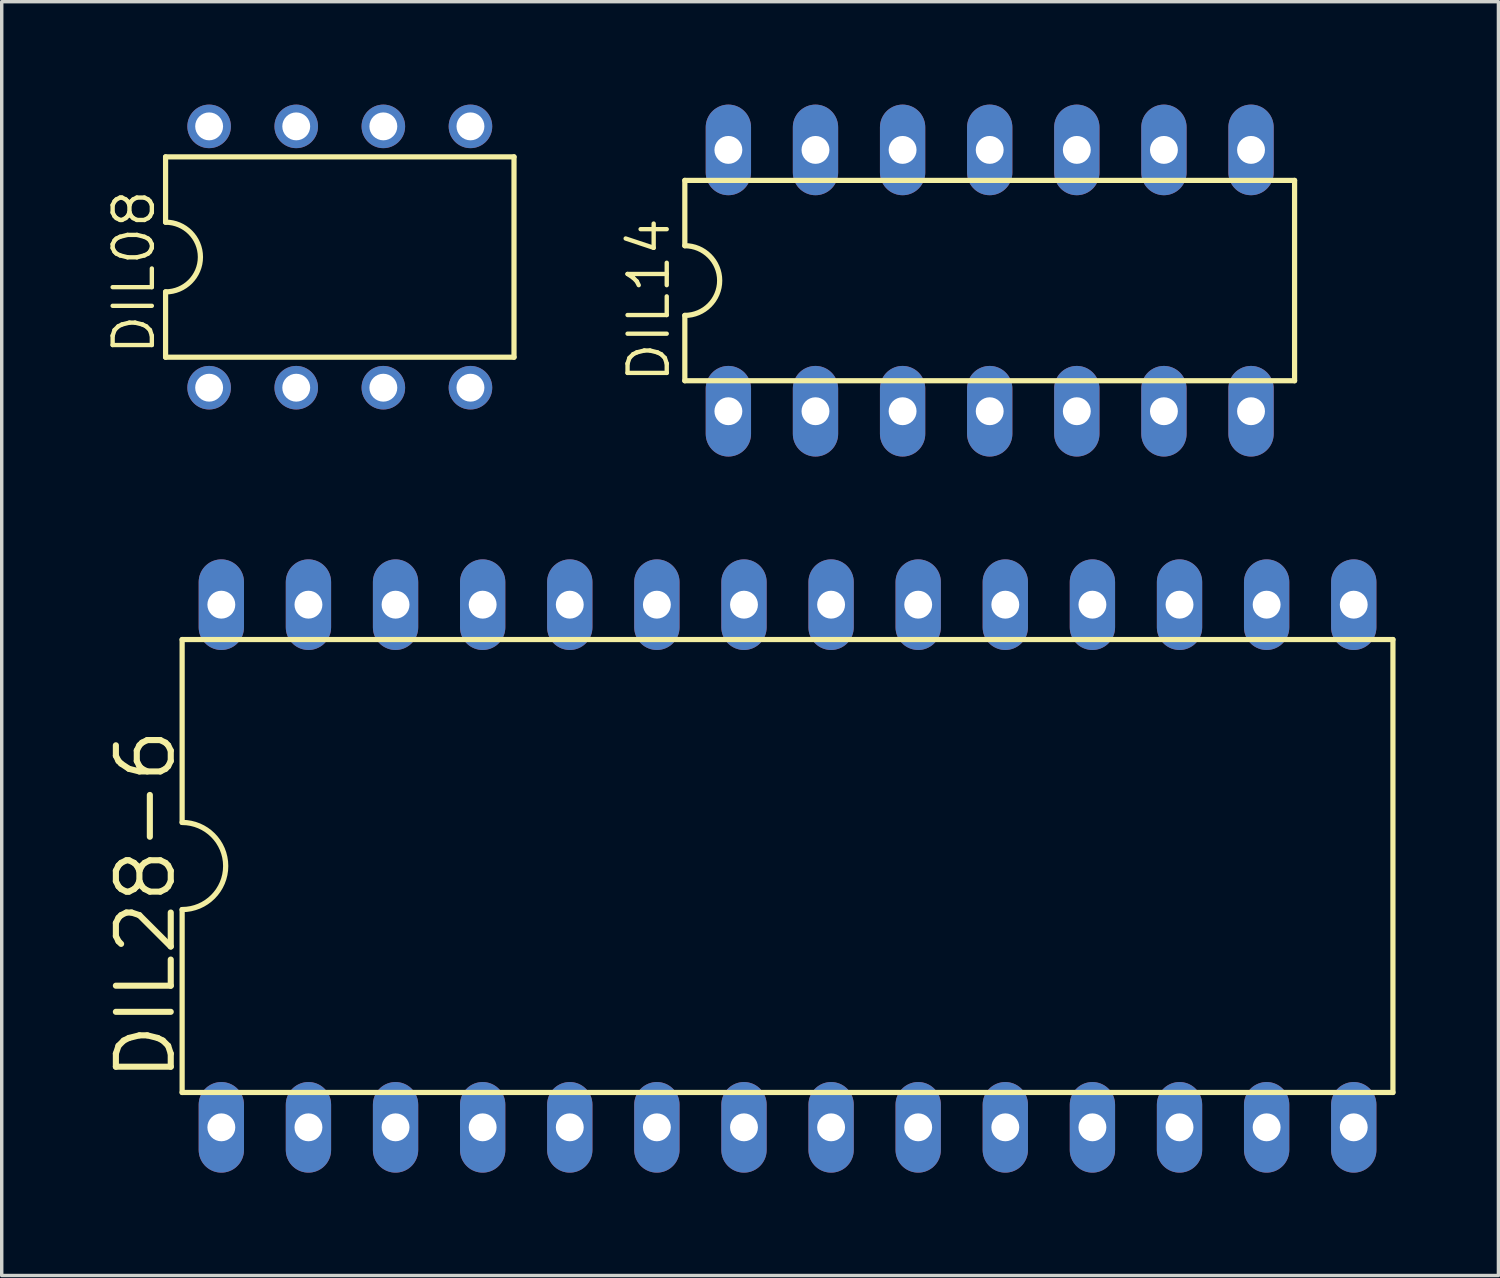
<source format=kicad_pcb>
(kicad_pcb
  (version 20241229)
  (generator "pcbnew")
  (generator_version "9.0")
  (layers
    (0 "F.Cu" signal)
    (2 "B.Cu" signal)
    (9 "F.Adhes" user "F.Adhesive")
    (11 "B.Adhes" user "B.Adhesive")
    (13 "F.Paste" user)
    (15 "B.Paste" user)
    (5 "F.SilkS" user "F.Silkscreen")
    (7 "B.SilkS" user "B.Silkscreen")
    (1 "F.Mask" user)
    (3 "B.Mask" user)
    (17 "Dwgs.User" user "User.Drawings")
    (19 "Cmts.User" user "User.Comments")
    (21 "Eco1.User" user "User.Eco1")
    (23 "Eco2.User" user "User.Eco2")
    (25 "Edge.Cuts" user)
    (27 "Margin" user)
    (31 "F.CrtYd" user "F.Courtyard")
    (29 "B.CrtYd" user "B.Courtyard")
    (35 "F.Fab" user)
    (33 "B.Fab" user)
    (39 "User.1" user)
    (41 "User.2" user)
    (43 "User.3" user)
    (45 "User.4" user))
  (footprint "DIL14"
    (layer "F.Cu")
    (at 25.809 5.131)
    (property "Reference" "DIL14" (at -9.271 3.048 90) (layer "F.SilkS") (effects (font (size 1.143 1.143) (thickness 0.127)) (justify left bottom)))
    (fp_line (start -8.89 -2.921) (end -8.89 -1.016) (stroke (width 0.152) (type solid)) (layer "F.SilkS"))
    (fp_line (start -8.89 2.921) (end -8.89 1.016) (stroke (width 0.152) (type solid)) (layer "F.SilkS"))
    (fp_line (start -8.89 2.921) (end 8.89 2.921) (stroke (width 0.152) (type solid)) (layer "F.SilkS"))
    (fp_line (start 8.89 -2.921) (end -8.89 -2.921) (stroke (width 0.152) (type solid)) (layer "F.SilkS"))
    (fp_line (start 8.89 -2.921) (end 8.89 2.921) (stroke (width 0.152) (type solid)) (layer "F.SilkS"))
    (fp_arc (start -8.89 -1.016) (mid -7.874 0) (end -8.89 1.016) (stroke (width 0.1524) (type solid)) (layer "F.SilkS"))
    (pad "1" thru_hole oval (at -7.62 3.81 90) (size 2.642 1.321) (drill 0.813) (layers "*.Cu" "*.Mask"))
    (pad "2" thru_hole oval (at -5.08 3.81 90) (size 2.642 1.321) (drill 0.813) (layers "*.Cu" "*.Mask"))
    (pad "3" thru_hole oval (at -2.54 3.81 90) (size 2.642 1.321) (drill 0.813) (layers "*.Cu" "*.Mask"))
    (pad "4" thru_hole oval (at 0 3.81 90) (size 2.642 1.321) (drill 0.813) (layers "*.Cu" "*.Mask"))
    (pad "5" thru_hole oval (at 2.54 3.81 90) (size 2.642 1.321) (drill 0.813) (layers "*.Cu" "*.Mask"))
    (pad "6" thru_hole oval (at 5.08 3.81 90) (size 2.642 1.321) (drill 0.813) (layers "*.Cu" "*.Mask"))
    (pad "7" thru_hole oval (at 7.62 3.81 90) (size 2.642 1.321) (drill 0.813) (layers "*.Cu" "*.Mask"))
    (pad "8" thru_hole oval (at 7.62 -3.81 90) (size 2.642 1.321) (drill 0.813) (layers "*.Cu" "*.Mask"))
    (pad "9" thru_hole oval (at 5.08 -3.81 90) (size 2.642 1.321) (drill 0.813) (layers "*.Cu" "*.Mask"))
    (pad "10" thru_hole oval (at 2.54 -3.81 90) (size 2.642 1.321) (drill 0.813) (layers "*.Cu" "*.Mask"))
    (pad "11" thru_hole oval (at 0 -3.81 90) (size 2.642 1.321) (drill 0.813) (layers "*.Cu" "*.Mask"))
    (pad "12" thru_hole oval (at -2.54 -3.81 90) (size 2.642 1.321) (drill 0.813) (layers "*.Cu" "*.Mask"))
    (pad "13" thru_hole oval (at -5.08 -3.81 90) (size 2.642 1.321) (drill 0.813) (layers "*.Cu" "*.Mask"))
    (pad "14" thru_hole oval (at -7.62 -3.81 90) (size 2.642 1.321) (drill 0.813) (layers "*.Cu" "*.Mask")))
  (footprint "DIL28-6"
    (layer "F.Cu")
    (at 19.914 22.202)
    (property "Reference" "DIL28-6" (at -17.78 6.35 90) (layer "F.SilkS") (effects (font (size 1.6 1.6) (thickness 0.178)) (justify left bottom)))
    (fp_line (start -17.653 -6.604) (end -17.653 -1.27) (stroke (width 0.152) (type solid)) (layer "F.SilkS"))
    (fp_line (start -17.653 -6.604) (end 17.653 -6.604) (stroke (width 0.152) (type solid)) (layer "F.SilkS"))
    (fp_line (start -17.653 1.27) (end -17.653 6.604) (stroke (width 0.152) (type solid)) (layer "F.SilkS"))
    (fp_line (start -17.653 6.604) (end 17.653 6.604) (stroke (width 0.152) (type solid)) (layer "F.SilkS"))
    (fp_line (start 17.653 6.604) (end 17.653 -6.604) (stroke (width 0.152) (type solid)) (layer "F.SilkS"))
    (fp_arc (start -17.653 -1.27) (mid -16.383 0) (end -17.653 1.27) (stroke (width 0.1524) (type solid)) (layer "F.SilkS"))
    (pad "1" thru_hole oval (at -16.51 7.62 90) (size 2.642 1.321) (drill 0.813) (layers "*.Cu" "*.Mask"))
    (pad "2" thru_hole oval (at -13.97 7.62 90) (size 2.642 1.321) (drill 0.813) (layers "*.Cu" "*.Mask"))
    (pad "3" thru_hole oval (at -11.43 7.62 90) (size 2.642 1.321) (drill 0.813) (layers "*.Cu" "*.Mask"))
    (pad "4" thru_hole oval (at -8.89 7.62 90) (size 2.642 1.321) (drill 0.813) (layers "*.Cu" "*.Mask"))
    (pad "5" thru_hole oval (at -6.35 7.62 90) (size 2.642 1.321) (drill 0.813) (layers "*.Cu" "*.Mask"))
    (pad "6" thru_hole oval (at -3.81 7.62 90) (size 2.642 1.321) (drill 0.813) (layers "*.Cu" "*.Mask"))
    (pad "7" thru_hole oval (at -1.27 7.62 90) (size 2.642 1.321) (drill 0.813) (layers "*.Cu" "*.Mask"))
    (pad "8" thru_hole oval (at 1.27 7.62 90) (size 2.642 1.321) (drill 0.813) (layers "*.Cu" "*.Mask"))
    (pad "9" thru_hole oval (at 3.81 7.62 90) (size 2.642 1.321) (drill 0.813) (layers "*.Cu" "*.Mask"))
    (pad "10" thru_hole oval (at 6.35 7.62 90) (size 2.642 1.321) (drill 0.813) (layers "*.Cu" "*.Mask"))
    (pad "11" thru_hole oval (at 8.89 7.62 90) (size 2.642 1.321) (drill 0.813) (layers "*.Cu" "*.Mask"))
    (pad "12" thru_hole oval (at 11.43 7.62 90) (size 2.642 1.321) (drill 0.813) (layers "*.Cu" "*.Mask"))
    (pad "13" thru_hole oval (at 13.97 7.62 90) (size 2.642 1.321) (drill 0.813) (layers "*.Cu" "*.Mask"))
    (pad "14" thru_hole oval (at 16.51 7.62 90) (size 2.642 1.321) (drill 0.813) (layers "*.Cu" "*.Mask"))
    (pad "15" thru_hole oval (at 16.51 -7.62 90) (size 2.642 1.321) (drill 0.813) (layers "*.Cu" "*.Mask"))
    (pad "16" thru_hole oval (at 13.97 -7.62 90) (size 2.642 1.321) (drill 0.813) (layers "*.Cu" "*.Mask"))
    (pad "17" thru_hole oval (at 11.43 -7.62 90) (size 2.642 1.321) (drill 0.813) (layers "*.Cu" "*.Mask"))
    (pad "18" thru_hole oval (at 8.89 -7.62 90) (size 2.642 1.321) (drill 0.813) (layers "*.Cu" "*.Mask"))
    (pad "19" thru_hole oval (at 6.35 -7.62 90) (size 2.642 1.321) (drill 0.813) (layers "*.Cu" "*.Mask"))
    (pad "20" thru_hole oval (at 3.81 -7.62 90) (size 2.642 1.321) (drill 0.813) (layers "*.Cu" "*.Mask"))
    (pad "21" thru_hole oval (at 1.27 -7.62 90) (size 2.642 1.321) (drill 0.813) (layers "*.Cu" "*.Mask"))
    (pad "22" thru_hole oval (at -1.27 -7.62 90) (size 2.642 1.321) (drill 0.813) (layers "*.Cu" "*.Mask"))
    (pad "23" thru_hole oval (at -3.81 -7.62 90) (size 2.642 1.321) (drill 0.813) (layers "*.Cu" "*.Mask"))
    (pad "24" thru_hole oval (at -6.35 -7.62 90) (size 2.642 1.321) (drill 0.813) (layers "*.Cu" "*.Mask"))
    (pad "25" thru_hole oval (at -8.89 -7.62 90) (size 2.642 1.321) (drill 0.813) (layers "*.Cu" "*.Mask"))
    (pad "26" thru_hole oval (at -11.43 -7.62 90) (size 2.642 1.321) (drill 0.813) (layers "*.Cu" "*.Mask"))
    (pad "27" thru_hole oval (at -13.97 -7.62 90) (size 2.642 1.321) (drill 0.813) (layers "*.Cu" "*.Mask"))
    (pad "28" thru_hole oval (at -16.51 -7.62 90) (size 2.642 1.321) (drill 0.813) (layers "*.Cu" "*.Mask")))
  (footprint "DIL08"
    (layer "F.Cu")
    (at 6.858 4.445)
    (property "Reference" "DIL08" (at -5.334 2.921 90) (layer "F.SilkS") (effects (font (size 1.143 1.143) (thickness 0.127)) (justify left bottom)))
    (fp_line (start -5.08 -2.921) (end -5.08 -1.016) (stroke (width 0.152) (type solid)) (layer "F.SilkS"))
    (fp_line (start -5.08 2.921) (end -5.08 1.016) (stroke (width 0.152) (type solid)) (layer "F.SilkS"))
    (fp_line (start -5.08 2.921) (end 5.08 2.921) (stroke (width 0.152) (type solid)) (layer "F.SilkS"))
    (fp_line (start 5.08 -2.921) (end -5.08 -2.921) (stroke (width 0.152) (type solid)) (layer "F.SilkS"))
    (fp_line (start 5.08 -2.921) (end 5.08 2.921) (stroke (width 0.152) (type solid)) (layer "F.SilkS"))
    (fp_arc (start -5.08 -1.016) (mid -4.064 0) (end -5.08 1.016) (stroke (width 0.1524) (type solid)) (layer "F.SilkS"))
    (pad "1" thru_hole circle (at -3.81 3.81 90) (size 1.27 1.27) (drill 0.813) (layers "*.Cu" "*.Mask"))
    (pad "2" thru_hole circle (at -1.27 3.81 90) (size 1.27 1.27) (drill 0.813) (layers "*.Cu" "*.Mask"))
    (pad "3" thru_hole circle (at 1.27 3.81 90) (size 1.27 1.27) (drill 0.813) (layers "*.Cu" "*.Mask"))
    (pad "4" thru_hole circle (at 3.81 3.81 90) (size 1.27 1.27) (drill 0.813) (layers "*.Cu" "*.Mask"))
    (pad "5" thru_hole circle (at 3.81 -3.81 90) (size 1.27 1.27) (drill 0.813) (layers "*.Cu" "*.Mask"))
    (pad "6" thru_hole circle (at 1.27 -3.81 90) (size 1.27 1.27) (drill 0.813) (layers "*.Cu" "*.Mask"))
    (pad "7" thru_hole circle (at -1.27 -3.81 90) (size 1.27 1.27) (drill 0.813) (layers "*.Cu" "*.Mask"))
    (pad "8" thru_hole circle (at -3.81 -3.81 90) (size 1.27 1.27) (drill 0.813) (layers "*.Cu" "*.Mask")))
  (gr_rect
    (start -3 -3)
    (end 40.643 34.143)
    (stroke (width 0.1) (type default))
    (fill no)
    (layer "Edge.Cuts")))
</source>
